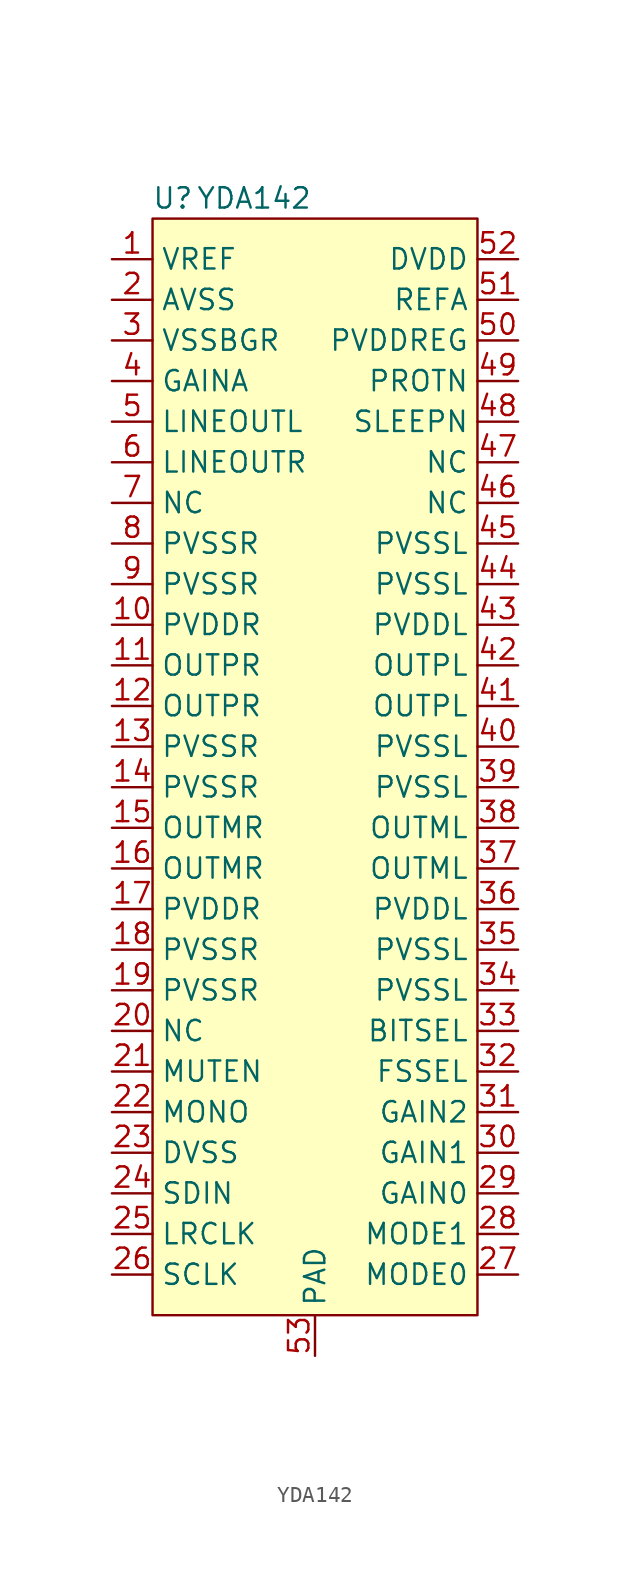
<source format=kicad_sym>
(kicad_symbol_lib
  (version 20211014)
  (generator kicad_symbol_editor)
  (symbol "YDA142"
    (property "Reference" "U"
      (at 3.81 3.81 0)
      (effects (font (size 1.27 1.27))))
    (property "Value" "YDA142"
      (at 8.89 3.81 0)
      (effects (font (size 1.27 1.27))))
    (symbol "YDA142_0_1"
      (rectangle (start 2.54 -66.04) (end 22.86 2.54) (stroke (width 0.152) (type default) (color 0 0 0 0)) (fill (type background))))
    (symbol "YDA142_1_1"
      (pin passive line (at 0 0 0) (length 2.54) (name "VREF" (effects (font (size 1.27 1.27)))) (number "1" (effects (font (size 1.27 1.27)))))
      (pin passive line (at 0 -22.86 0) (length 2.54) (name "PVDDR" (effects (font (size 1.27 1.27)))) (number "10" (effects (font (size 1.27 1.27)))))
      (pin passive line (at 0 -25.4 0) (length 2.54) (name "OUTPR" (effects (font (size 1.27 1.27)))) (number "11" (effects (font (size 1.27 1.27)))))
      (pin passive line (at 0 -27.94 0) (length 2.54) (name "OUTPR" (effects (font (size 1.27 1.27)))) (number "12" (effects (font (size 1.27 1.27)))))
      (pin passive line (at 0 -30.48 0) (length 2.54) (name "PVSSR" (effects (font (size 1.27 1.27)))) (number "13" (effects (font (size 1.27 1.27)))))
      (pin passive line (at 0 -33.02 0) (length 2.54) (name "PVSSR" (effects (font (size 1.27 1.27)))) (number "14" (effects (font (size 1.27 1.27)))))
      (pin passive line (at 0 -35.56 0) (length 2.54) (name "OUTMR" (effects (font (size 1.27 1.27)))) (number "15" (effects (font (size 1.27 1.27)))))
      (pin passive line (at 0 -38.1 0) (length 2.54) (name "OUTMR" (effects (font (size 1.27 1.27)))) (number "16" (effects (font (size 1.27 1.27)))))
      (pin passive line (at 0 -40.64 0) (length 2.54) (name "PVDDR" (effects (font (size 1.27 1.27)))) (number "17" (effects (font (size 1.27 1.27)))))
      (pin passive line (at 0 -43.18 0) (length 2.54) (name "PVSSR" (effects (font (size 1.27 1.27)))) (number "18" (effects (font (size 1.27 1.27)))))
      (pin passive line (at 0 -45.72 0) (length 2.54) (name "PVSSR" (effects (font (size 1.27 1.27)))) (number "19" (effects (font (size 1.27 1.27)))))
      (pin passive line (at 0 -2.54 0) (length 2.54) (name "AVSS" (effects (font (size 1.27 1.27)))) (number "2" (effects (font (size 1.27 1.27)))))
      (pin passive line (at 0 -48.26 0) (length 2.54) (name "NC" (effects (font (size 1.27 1.27)))) (number "20" (effects (font (size 1.27 1.27)))))
      (pin passive line (at 0 -50.8 0) (length 2.54) (name "MUTEN" (effects (font (size 1.27 1.27)))) (number "21" (effects (font (size 1.27 1.27)))))
      (pin passive line (at 0 -53.34 0) (length 2.54) (name "MONO" (effects (font (size 1.27 1.27)))) (number "22" (effects (font (size 1.27 1.27)))))
      (pin passive line (at 0 -55.88 0) (length 2.54) (name "DVSS" (effects (font (size 1.27 1.27)))) (number "23" (effects (font (size 1.27 1.27)))))
      (pin passive line (at 0 -58.42 0) (length 2.54) (name "SDIN" (effects (font (size 1.27 1.27)))) (number "24" (effects (font (size 1.27 1.27)))))
      (pin passive line (at 0 -60.96 0) (length 2.54) (name "LRCLK" (effects (font (size 1.27 1.27)))) (number "25" (effects (font (size 1.27 1.27)))))
      (pin passive line (at 0 -63.5 0) (length 2.54) (name "SCLK" (effects (font (size 1.27 1.27)))) (number "26" (effects (font (size 1.27 1.27)))))
      (pin passive line (at 25.4 -63.5 180) (length 2.54) (name "MODE0" (effects (font (size 1.27 1.27)))) (number "27" (effects (font (size 1.27 1.27)))))
      (pin passive line (at 25.4 -60.96 180) (length 2.54) (name "MODE1" (effects (font (size 1.27 1.27)))) (number "28" (effects (font (size 1.27 1.27)))))
      (pin passive line (at 25.4 -58.42 180) (length 2.54) (name "GAIN0" (effects (font (size 1.27 1.27)))) (number "29" (effects (font (size 1.27 1.27)))))
      (pin passive line (at 0 -5.08 0) (length 2.54) (name "VSSBGR" (effects (font (size 1.27 1.27)))) (number "3" (effects (font (size 1.27 1.27)))))
      (pin passive line (at 25.4 -55.88 180) (length 2.54) (name "GAIN1" (effects (font (size 1.27 1.27)))) (number "30" (effects (font (size 1.27 1.27)))))
      (pin passive line (at 25.4 -53.34 180) (length 2.54) (name "GAIN2" (effects (font (size 1.27 1.27)))) (number "31" (effects (font (size 1.27 1.27)))))
      (pin passive line (at 25.4 -50.8 180) (length 2.54) (name "FSSEL" (effects (font (size 1.27 1.27)))) (number "32" (effects (font (size 1.27 1.27)))))
      (pin passive line (at 25.4 -48.26 180) (length 2.54) (name "BITSEL" (effects (font (size 1.27 1.27)))) (number "33" (effects (font (size 1.27 1.27)))))
      (pin passive line (at 25.4 -45.72 180) (length 2.54) (name "PVSSL" (effects (font (size 1.27 1.27)))) (number "34" (effects (font (size 1.27 1.27)))))
      (pin passive line (at 25.4 -43.18 180) (length 2.54) (name "PVSSL" (effects (font (size 1.27 1.27)))) (number "35" (effects (font (size 1.27 1.27)))))
      (pin passive line (at 25.4 -40.64 180) (length 2.54) (name "PVDDL" (effects (font (size 1.27 1.27)))) (number "36" (effects (font (size 1.27 1.27)))))
      (pin passive line (at 25.4 -38.1 180) (length 2.54) (name "OUTML" (effects (font (size 1.27 1.27)))) (number "37" (effects (font (size 1.27 1.27)))))
      (pin passive line (at 25.4 -35.56 180) (length 2.54) (name "OUTML" (effects (font (size 1.27 1.27)))) (number "38" (effects (font (size 1.27 1.27)))))
      (pin passive line (at 25.4 -33.02 180) (length 2.54) (name "PVSSL" (effects (font (size 1.27 1.27)))) (number "39" (effects (font (size 1.27 1.27)))))
      (pin passive line (at 0 -7.62 0) (length 2.54) (name "GAINA" (effects (font (size 1.27 1.27)))) (number "4" (effects (font (size 1.27 1.27)))))
      (pin passive line (at 25.4 -30.48 180) (length 2.54) (name "PVSSL" (effects (font (size 1.27 1.27)))) (number "40" (effects (font (size 1.27 1.27)))))
      (pin passive line (at 25.4 -27.94 180) (length 2.54) (name "OUTPL" (effects (font (size 1.27 1.27)))) (number "41" (effects (font (size 1.27 1.27)))))
      (pin passive line (at 25.4 -25.4 180) (length 2.54) (name "OUTPL" (effects (font (size 1.27 1.27)))) (number "42" (effects (font (size 1.27 1.27)))))
      (pin passive line (at 25.4 -22.86 180) (length 2.54) (name "PVDDL" (effects (font (size 1.27 1.27)))) (number "43" (effects (font (size 1.27 1.27)))))
      (pin passive line (at 25.4 -20.32 180) (length 2.54) (name "PVSSL" (effects (font (size 1.27 1.27)))) (number "44" (effects (font (size 1.27 1.27)))))
      (pin passive line (at 25.4 -17.78 180) (length 2.54) (name "PVSSL" (effects (font (size 1.27 1.27)))) (number "45" (effects (font (size 1.27 1.27)))))
      (pin passive line (at 25.4 -15.24 180) (length 2.54) (name "NC" (effects (font (size 1.27 1.27)))) (number "46" (effects (font (size 1.27 1.27)))))
      (pin passive line (at 25.4 -12.7 180) (length 2.54) (name "NC" (effects (font (size 1.27 1.27)))) (number "47" (effects (font (size 1.27 1.27)))))
      (pin passive line (at 25.4 -10.16 180) (length 2.54) (name "SLEEPN" (effects (font (size 1.27 1.27)))) (number "48" (effects (font (size 1.27 1.27)))))
      (pin passive line (at 25.4 -7.62 180) (length 2.54) (name "PROTN" (effects (font (size 1.27 1.27)))) (number "49" (effects (font (size 1.27 1.27)))))
      (pin passive line (at 0 -10.16 0) (length 2.54) (name "LINEOUTL" (effects (font (size 1.27 1.27)))) (number "5" (effects (font (size 1.27 1.27)))))
      (pin passive line (at 25.4 -5.08 180) (length 2.54) (name "PVDDREG" (effects (font (size 1.27 1.27)))) (number "50" (effects (font (size 1.27 1.27)))))
      (pin passive line (at 25.4 -2.54 180) (length 2.54) (name "REFA" (effects (font (size 1.27 1.27)))) (number "51" (effects (font (size 1.27 1.27)))))
      (pin passive line (at 25.4 0 180) (length 2.54) (name "DVDD" (effects (font (size 1.27 1.27)))) (number "52" (effects (font (size 1.27 1.27)))))
      (pin passive line (at 12.7 -68.58 90) (length 2.54) (name "PAD" (effects (font (size 1.27 1.27)))) (number "53" (effects (font (size 1.27 1.27)))))
      (pin passive line (at 0 -12.7 0) (length 2.54) (name "LINEOUTR" (effects (font (size 1.27 1.27)))) (number "6" (effects (font (size 1.27 1.27)))))
      (pin passive line (at 0 -15.24 0) (length 2.54) (name "NC" (effects (font (size 1.27 1.27)))) (number "7" (effects (font (size 1.27 1.27)))))
      (pin passive line (at 0 -17.78 0) (length 2.54) (name "PVSSR" (effects (font (size 1.27 1.27)))) (number "8" (effects (font (size 1.27 1.27)))))
      (pin passive line (at 0 -20.32 0) (length 2.54) (name "PVSSR" (effects (font (size 1.27 1.27)))) (number "9" (effects (font (size 1.27 1.27))))))))
</source>
